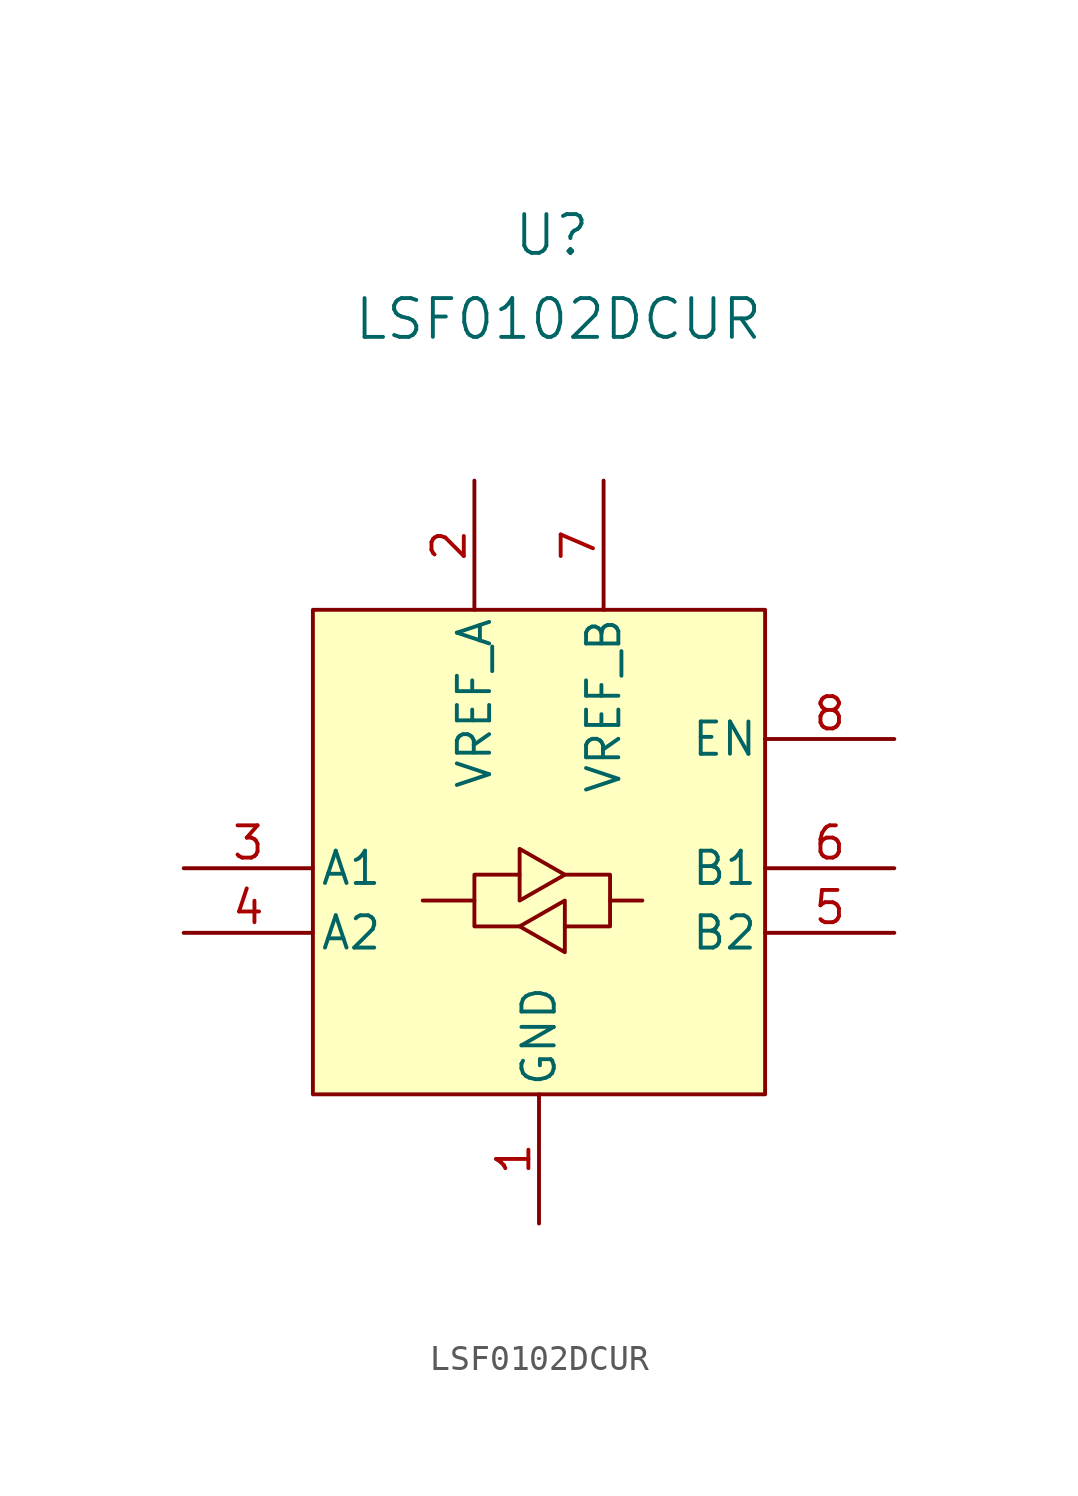
<source format=kicad_sym>
(kicad_symbol_lib
  (version 20241209)
  (generator "kicad_symbol_editor")
  (generator_version "9.0")
  (symbol "LSF0102DCUR"
    (pin_names
      (offset 0.254))
    (property "Reference" "U"
      (at 0.508 29.972 0)
      (effects (font (size 1.524 1.524))))
    (property "Value" "LSF0102DCUR"
      (at 0.762 26.67 0)
      (effects (font (size 1.524 1.524))))
    (symbol "LSF0102DCUR_0_1"
      (polyline (pts (xy -2.54 3.81) (xy -2.54 4.826) (xy -0.762 4.826)) (stroke (width 0) (type default)) (fill (type none)))
      (polyline (pts (xy -0.762 2.794) (xy -2.54 2.794) (xy -2.54 3.81) (xy -4.572 3.81)) (stroke (width 0) (type default)) (fill (type none)))
      (polyline (pts (xy -0.762 2.794) (xy 1.016 3.81) (xy 1.016 1.778) (xy -0.762 2.794)) (stroke (width 0) (type default)) (fill (type none)))
      (polyline (pts (xy 1.016 4.826) (xy -0.762 3.81) (xy -0.762 5.842) (xy 1.016 4.826)) (stroke (width 0) (type default)) (fill (type none)))
      (polyline (pts (xy 1.016 4.826) (xy 2.794 4.826) (xy 2.794 3.81) (xy 4.064 3.81)) (stroke (width 0) (type default)) (fill (type none)))
      (polyline (pts (xy 2.794 3.81) (xy 2.794 2.794) (xy 1.016 2.794)) (stroke (width 0) (type default)) (fill (type none)))
      (pin bidirectional line (at -13.97 5.08 0) (length 5.08) (name "A1" (effects (font (size 1.27 1.27)))) (number "3" (effects (font (size 1.27 1.27)))))
      (pin bidirectional line (at -13.97 2.54 0) (length 5.08) (name "A2" (effects (font (size 1.27 1.27)))) (number "4" (effects (font (size 1.27 1.27)))))
      (pin power_in line (at -2.54 20.32 270) (length 5.08) (name "VREF_A" (effects (font (size 1.27 1.27)))) (number "2" (effects (font (size 1.27 1.27)))))
      (pin power_in line (at 0 -8.89 90) (length 5.08) (name "GND" (effects (font (size 1.27 1.27)))) (number "1" (effects (font (size 1.27 1.27)))))
      (pin power_in line (at 2.54 20.32 270) (length 5.08) (name "VREF_B" (effects (font (size 1.27 1.27)))) (number "7" (effects (font (size 1.27 1.27)))))
      (pin input line (at 13.97 10.16 180) (length 5.08) (name "EN" (effects (font (size 1.27 1.27)))) (number "8" (effects (font (size 1.27 1.27)))))
      (pin bidirectional line (at 13.97 5.08 180) (length 5.08) (name "B1" (effects (font (size 1.27 1.27)))) (number "6" (effects (font (size 1.27 1.27)))))
      (pin bidirectional line (at 13.97 2.54 180) (length 5.08) (name "B2" (effects (font (size 1.27 1.27)))) (number "5" (effects (font (size 1.27 1.27))))))
    (symbol "LSF0102DCUR_1_1"
      (rectangle (start -8.89 15.24) (end 8.89 -3.81) (stroke (width 0) (type solid)) (fill (type background))))))
</source>
